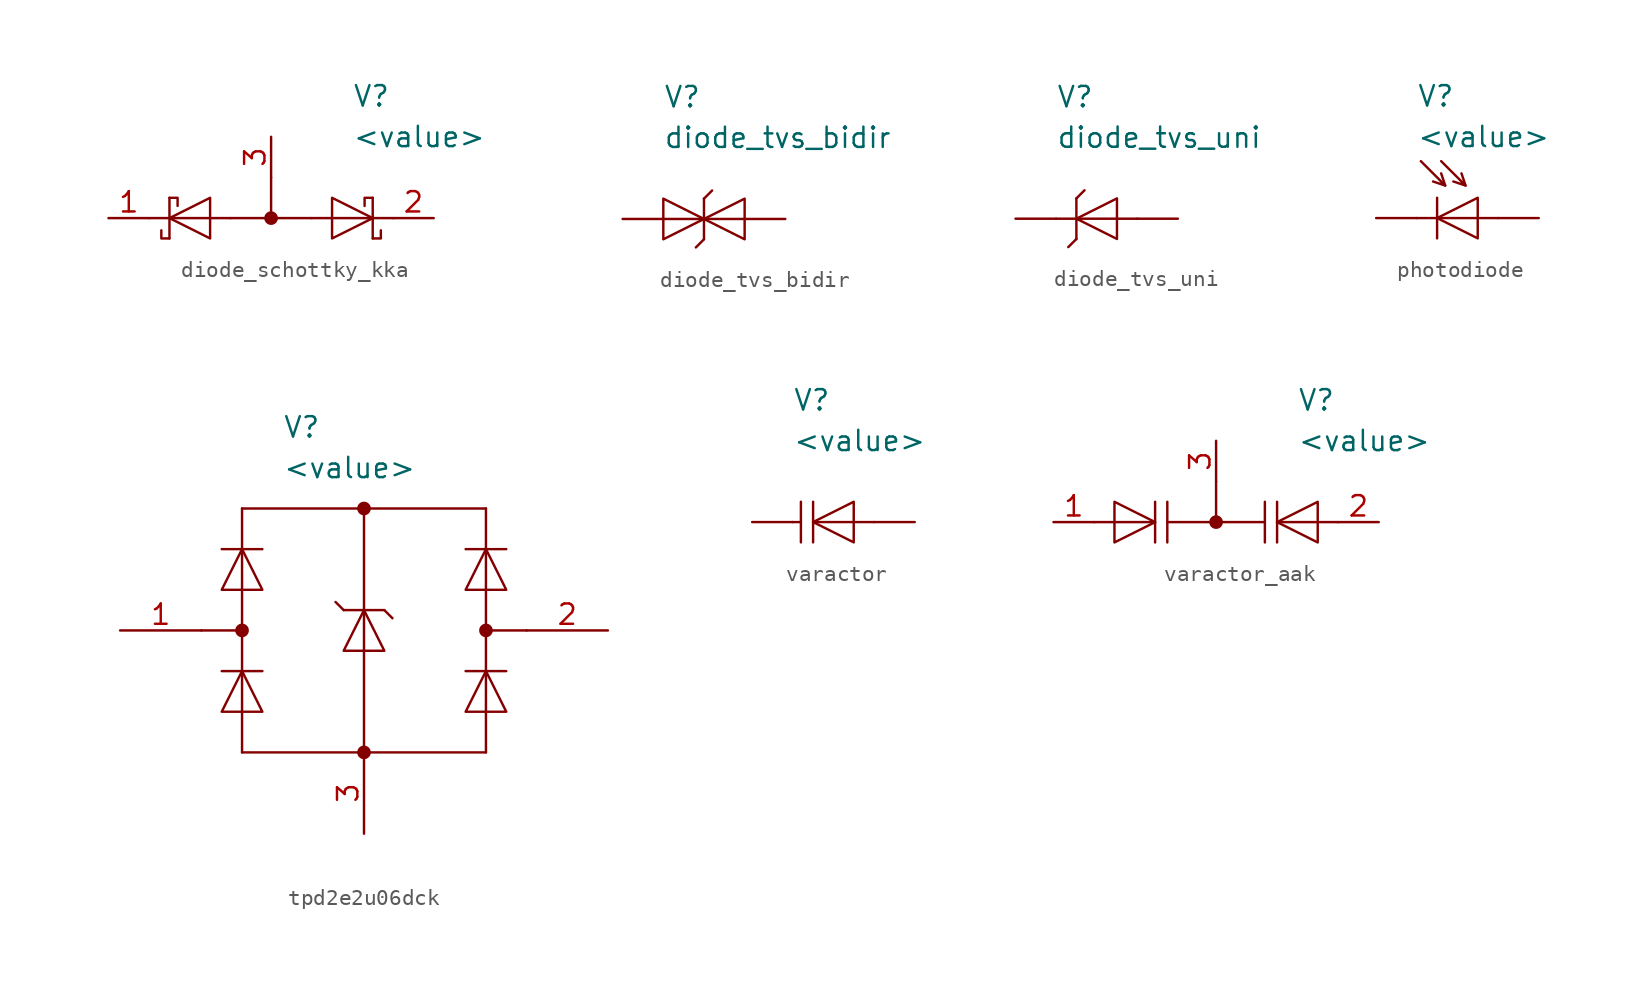
<source format=kicad_sym>
(kicad_symbol_lib
  (version 20220914)
  (generator kicad_symbol_editor)
  (symbol "diode_schottky_kka"
    (pin_names hide)
    (property "Reference" "V"
      (at 5.08 7.62 0)
      (effects (font (size 1.27 1.27)) (justify left)))
    (property "Value" "<value>"
      (at 5.08 5.08 0)
      (effects (font (size 1.27 1.27)) (justify left)))
    (symbol "diode_schottky_kka_0_1"
      (polyline (pts (xy -6.35 -1.27) (xy -6.35 1.27)) (stroke (width 0) (type default)) (fill (type none)))
      (polyline (pts (xy -2.54 0) (xy -7.62 0)) (stroke (width 0) (type default)) (fill (type none)))
      (polyline (pts (xy -2.54 0) (xy 2.54 0)) (stroke (width 0) (type default)) (fill (type none)))
      (polyline (pts (xy 0 2.54) (xy 0 0)) (stroke (width 0) (type default)) (fill (type none)))
      (polyline (pts (xy 2.54 0) (xy 7.62 0)) (stroke (width 0) (type default)) (fill (type none)))
      (polyline (pts (xy 6.35 -1.27) (xy 6.35 1.27)) (stroke (width 0) (type default)) (fill (type none)))
      (polyline (pts (xy -6.35 -1.27) (xy -6.858 -1.27) (xy -6.858 -0.762)) (stroke (width 0) (type default)) (fill (type none)))
      (polyline (pts (xy -6.35 1.27) (xy -5.842 1.27) (xy -5.842 0.762)) (stroke (width 0) (type default)) (fill (type none)))
      (polyline (pts (xy 6.35 -1.27) (xy 6.858 -1.27) (xy 6.858 -0.762)) (stroke (width 0) (type default)) (fill (type none)))
      (polyline (pts (xy 6.35 1.27) (xy 5.842 1.27) (xy 5.842 0.762)) (stroke (width 0) (type default)) (fill (type none)))
      (polyline (pts (xy -3.81 -1.27) (xy -3.81 1.27) (xy -6.35 0) (xy -3.81 -1.27)) (stroke (width 0) (type default)) (fill (type none)))
      (polyline (pts (xy 3.81 -1.27) (xy 3.81 1.27) (xy 6.35 0) (xy 3.81 -1.27)) (stroke (width 0) (type default)) (fill (type none)))
      (circle (center 0 0) (radius 0.35) (stroke (width 0) (type default)) (fill (type outline))))
    (symbol "diode_schottky_kka_1_1"
      (pin passive line (at -10.16 0 0) (length 2.54) (name "1" (effects (font (size 1.27 1.27)))) (number "1" (effects (font (size 1.27 1.27)))))
      (pin passive line (at 10.16 0 180) (length 2.54) (name "2" (effects (font (size 1.27 1.27)))) (number "2" (effects (font (size 1.27 1.27)))))
      (pin passive line (at 0 5.08 270) (length 2.54) (name "3" (effects (font (size 1.27 1.27)))) (number "3" (effects (font (size 1.27 1.27)))))))
  (symbol "diode_tvs_bidir"
    (pin_numbers hide)
    (pin_names hide)
    (property "Reference" "V"
      (at -2.54 7.62 0)
      (effects (font (size 1.27 1.27)) (justify left)))
    (property "Value" "diode_tvs_bidir"
      (at -2.54 5.08 0)
      (effects (font (size 1.27 1.27)) (justify left)))
    (symbol "diode_tvs_bidir_0_1"
      (polyline (pts (xy -2.54 0) (xy 2.54 0)) (stroke (width 0) (type default)) (fill (type none)))
      (polyline (pts (xy 0 -1.27) (xy -0.508 -1.778)) (stroke (width 0) (type default)) (fill (type none)))
      (polyline (pts (xy 0 1.27) (xy 0 -1.27)) (stroke (width 0) (type default)) (fill (type none)))
      (polyline (pts (xy 0.508 1.778) (xy 0 1.27)) (stroke (width 0) (type default)) (fill (type none)))
      (polyline (pts (xy -2.54 1.27) (xy -2.54 -1.27) (xy 0 0) (xy -2.54 1.27)) (stroke (width 0) (type default)) (fill (type none)))
      (polyline (pts (xy 2.54 -1.27) (xy 2.54 1.27) (xy 0 0) (xy 2.54 -1.27)) (stroke (width 0) (type default)) (fill (type none))))
    (symbol "diode_tvs_bidir_1_1"
      (pin passive line (at -5.08 0 0) (length 2.54) (name "1" (effects (font (size 1.27 1.27)))) (number "1" (effects (font (size 1.27 1.27)))))
      (pin passive line (at 5.08 0 180) (length 2.54) (name "2" (effects (font (size 1.27 1.27)))) (number "2" (effects (font (size 1.27 1.27)))))))
  (symbol "diode_tvs_uni"
    (pin_numbers hide)
    (pin_names hide)
    (property "Reference" "V"
      (at -2.54 7.62 0)
      (effects (font (size 1.27 1.27)) (justify left)))
    (property "Value" "diode_tvs_uni"
      (at -2.54 5.08 0)
      (effects (font (size 1.27 1.27)) (justify left)))
    (symbol "diode_tvs_uni_0_1"
      (polyline (pts (xy -1.27 -1.27) (xy -1.778 -1.778)) (stroke (width 0) (type default)) (fill (type none)))
      (polyline (pts (xy -1.27 1.27) (xy -1.27 -1.27)) (stroke (width 0) (type default)) (fill (type none)))
      (polyline (pts (xy -0.762 1.778) (xy -1.27 1.27)) (stroke (width 0) (type default)) (fill (type none)))
      (polyline (pts (xy 2.54 0) (xy -2.54 0)) (stroke (width 0) (type default)) (fill (type none)))
      (polyline (pts (xy 1.27 -1.27) (xy 1.27 1.27) (xy -1.27 0) (xy 1.27 -1.27)) (stroke (width 0) (type default)) (fill (type none))))
    (symbol "diode_tvs_uni_1_1"
      (pin passive line (at -5.08 0 0) (length 2.54) (name "1" (effects (font (size 1.27 1.27)))) (number "1" (effects (font (size 1.27 1.27)))))
      (pin passive line (at 5.08 0 180) (length 2.54) (name "2" (effects (font (size 1.27 1.27)))) (number "2" (effects (font (size 1.27 1.27)))))))
  (symbol "photodiode"
    (pin_numbers hide)
    (pin_names hide)
    (property "Reference" "V"
      (at -2.54 7.62 0)
      (effects (font (size 1.27 1.27)) (justify left)))
    (property "Value" "<value>"
      (at -2.54 5.08 0)
      (effects (font (size 1.27 1.27)) (justify left)))
    (symbol "photodiode_0_1"
      (polyline (pts (xy -1.27 -1.27) (xy -1.27 1.27)) (stroke (width 0) (type default)) (fill (type none)))
      (polyline (pts (xy -0.762 2.032) (xy -1.016 2.794)) (stroke (width 0) (type default)) (fill (type none)))
      (polyline (pts (xy 0.508 2.032) (xy 0.254 2.794)) (stroke (width 0) (type default)) (fill (type none)))
      (polyline (pts (xy 2.54 0) (xy -2.54 0)) (stroke (width 0) (type default)) (fill (type none)))
      (polyline (pts (xy -2.286 3.556) (xy -0.762 2.032) (xy -1.524 2.286)) (stroke (width 0) (type default)) (fill (type none)))
      (polyline (pts (xy -1.016 3.556) (xy 0.508 2.032) (xy -0.254 2.286)) (stroke (width 0) (type default)) (fill (type none)))
      (polyline (pts (xy 1.27 -1.27) (xy 1.27 1.27) (xy -1.27 0) (xy 1.27 -1.27)) (stroke (width 0) (type default)) (fill (type none))))
    (symbol "photodiode_1_1"
      (pin passive line (at -5.08 0 0) (length 2.54) (name "1" (effects (font (size 1.27 1.27)))) (number "1" (effects (font (size 1.27 1.27)))))
      (pin passive line (at 5.08 0 180) (length 2.54) (name "2" (effects (font (size 1.27 1.27)))) (number "2" (effects (font (size 1.27 1.27)))))))
  (symbol "tpd2e2u06dck"
    (property "Reference" "V"
      (at 2.54 5.08 0)
      (effects (font (size 1.27 1.27)) (justify left)))
    (property "Value" "<value>"
      (at 2.54 2.54 0)
      (effects (font (size 1.27 1.27)) (justify left)))
    (symbol "tpd2e2u06dck_0_1"
      (circle (center 0 -7.62) (radius 0.35) (stroke (width 0) (type default)) (fill (type outline)))
      (polyline (pts (xy -2.54 -7.62) (xy 0 -7.62)) (stroke (width 0) (type default)) (fill (type none)))
      (polyline (pts (xy -1.27 -10.16) (xy 1.27 -10.16)) (stroke (width 0) (type default)) (fill (type none)))
      (polyline (pts (xy -1.27 -2.54) (xy 1.27 -2.54)) (stroke (width 0) (type default)) (fill (type none)))
      (polyline (pts (xy 0 -15.24) (xy 0 0)) (stroke (width 0) (type default)) (fill (type none)))
      (polyline (pts (xy 0 -15.24) (xy 15.24 -15.24)) (stroke (width 0) (type default)) (fill (type none)))
      (polyline (pts (xy 0 0) (xy 15.24 0)) (stroke (width 0) (type default)) (fill (type none)))
      (polyline (pts (xy 6.35 -6.35) (xy 5.842 -5.842)) (stroke (width 0) (type default)) (fill (type none)))
      (polyline (pts (xy 7.62 -15.24) (xy 7.62 0)) (stroke (width 0) (type default)) (fill (type none)))
      (polyline (pts (xy 8.89 -6.35) (xy 6.35 -6.35)) (stroke (width 0) (type default)) (fill (type none)))
      (polyline (pts (xy 9.398 -6.858) (xy 8.89 -6.35)) (stroke (width 0) (type default)) (fill (type none)))
      (polyline (pts (xy 13.97 -10.16) (xy 16.51 -10.16)) (stroke (width 0) (type default)) (fill (type none)))
      (polyline (pts (xy 13.97 -2.54) (xy 16.51 -2.54)) (stroke (width 0) (type default)) (fill (type none)))
      (polyline (pts (xy 15.24 -15.24) (xy 15.24 0)) (stroke (width 0) (type default)) (fill (type none)))
      (polyline (pts (xy 15.24 -7.62) (xy 17.78 -7.62)) (stroke (width 0) (type default)) (fill (type none)))
      (polyline (pts (xy -1.27 -12.7) (xy 1.27 -12.7) (xy 0 -10.16) (xy -1.27 -12.7)) (stroke (width 0) (type default)) (fill (type none)))
      (polyline (pts (xy -1.27 -5.08) (xy 1.27 -5.08) (xy 0 -2.54) (xy -1.27 -5.08)) (stroke (width 0) (type default)) (fill (type none)))
      (polyline (pts (xy 6.35 -8.89) (xy 8.89 -8.89) (xy 7.62 -6.35) (xy 6.35 -8.89)) (stroke (width 0) (type default)) (fill (type none)))
      (polyline (pts (xy 13.97 -12.7) (xy 16.51 -12.7) (xy 15.24 -10.16) (xy 13.97 -12.7)) (stroke (width 0) (type default)) (fill (type none)))
      (polyline (pts (xy 13.97 -5.08) (xy 16.51 -5.08) (xy 15.24 -2.54) (xy 13.97 -5.08)) (stroke (width 0) (type default)) (fill (type none)))
      (circle (center 7.62 -15.24) (radius 0.35) (stroke (width 0) (type default)) (fill (type outline)))
      (circle (center 7.62 0) (radius 0.35) (stroke (width 0) (type default)) (fill (type outline)))
      (circle (center 15.24 -7.62) (radius 0.35) (stroke (width 0) (type default)) (fill (type outline))))
    (symbol "tpd2e2u06dck_1_1"
      (pin passive line (at -7.62 -7.62 0) (length 5.08) (name "" (effects (font (size 1.27 1.27)))) (number "1" (effects (font (size 1.27 1.27)))))
      (pin passive line (at 22.86 -7.62 180) (length 5.08) (name "" (effects (font (size 1.27 1.27)))) (number "2" (effects (font (size 1.27 1.27)))))
      (pin passive line (at 7.62 -20.32 90) (length 5.08) (name "" (effects (font (size 1.27 1.27)))) (number "3" (effects (font (size 1.27 1.27)))))))
  (symbol "varactor"
    (pin_numbers hide)
    (pin_names hide)
    (property "Reference" "V"
      (at -2.54 7.62 0)
      (effects (font (size 1.27 1.27)) (justify left)))
    (property "Value" "<value>"
      (at -2.54 5.08 0)
      (effects (font (size 1.27 1.27)) (justify left)))
    (symbol "varactor_0_1"
      (polyline (pts (xy -2.032 0) (xy -2.54 0)) (stroke (width 0) (type default)) (fill (type none)))
      (polyline (pts (xy -2.032 1.27) (xy -2.032 -1.27)) (stroke (width 0) (type default)) (fill (type none)))
      (polyline (pts (xy -1.27 1.27) (xy -1.27 -1.27)) (stroke (width 0) (type default)) (fill (type none)))
      (polyline (pts (xy 2.54 0) (xy -1.27 0)) (stroke (width 0) (type default)) (fill (type none)))
      (polyline (pts (xy 1.27 -1.27) (xy 1.27 1.27) (xy -1.27 0) (xy 1.27 -1.27)) (stroke (width 0) (type default)) (fill (type none))))
    (symbol "varactor_1_1"
      (pin passive line (at -5.08 0 0) (length 2.54) (name "1" (effects (font (size 1.27 1.27)))) (number "1" (effects (font (size 1.27 1.27)))))
      (pin passive line (at 5.08 0 180) (length 2.54) (name "2" (effects (font (size 1.27 1.27)))) (number "2" (effects (font (size 1.27 1.27)))))))
  (symbol "varactor_aak"
    (pin_names hide)
    (property "Reference" "V"
      (at 5.08 7.62 0)
      (effects (font (size 1.27 1.27)) (justify left)))
    (property "Value" "<value>"
      (at 5.08 5.08 0)
      (effects (font (size 1.27 1.27)) (justify left)))
    (symbol "varactor_aak_0_1"
      (polyline (pts (xy -7.62 0) (xy -3.81 0)) (stroke (width 0) (type default)) (fill (type none)))
      (polyline (pts (xy -3.81 -1.27) (xy -3.81 1.27)) (stroke (width 0) (type default)) (fill (type none)))
      (polyline (pts (xy -3.048 -1.27) (xy -3.048 1.27)) (stroke (width 0) (type default)) (fill (type none)))
      (polyline (pts (xy -3.048 0) (xy 3.048 0)) (stroke (width 0) (type default)) (fill (type none)))
      (polyline (pts (xy 0 0) (xy 0 2.54)) (stroke (width 0) (type default)) (fill (type none)))
      (polyline (pts (xy 3.048 -1.27) (xy 3.048 1.27)) (stroke (width 0) (type default)) (fill (type none)))
      (polyline (pts (xy 3.81 -1.27) (xy 3.81 1.27)) (stroke (width 0) (type default)) (fill (type none)))
      (polyline (pts (xy 7.62 0) (xy 3.81 0)) (stroke (width 0) (type default)) (fill (type none)))
      (polyline (pts (xy -6.35 1.27) (xy -6.35 -1.27) (xy -3.81 0) (xy -6.35 1.27)) (stroke (width 0) (type default)) (fill (type none)))
      (polyline (pts (xy 6.35 1.27) (xy 6.35 -1.27) (xy 3.81 0) (xy 6.35 1.27)) (stroke (width 0) (type default)) (fill (type none)))
      (circle (center 0 0) (radius 0.35) (stroke (width 0) (type default)) (fill (type outline))))
    (symbol "varactor_aak_1_1"
      (pin passive line (at -10.16 0 0) (length 2.54) (name "1" (effects (font (size 1.27 1.27)))) (number "1" (effects (font (size 1.27 1.27)))))
      (pin passive line (at 10.16 0 180) (length 2.54) (name "2" (effects (font (size 1.27 1.27)))) (number "2" (effects (font (size 1.27 1.27)))))
      (pin passive line (at 0 5.08 270) (length 2.54) (name "3" (effects (font (size 1.27 1.27)))) (number "3" (effects (font (size 1.27 1.27))))))))
</source>
